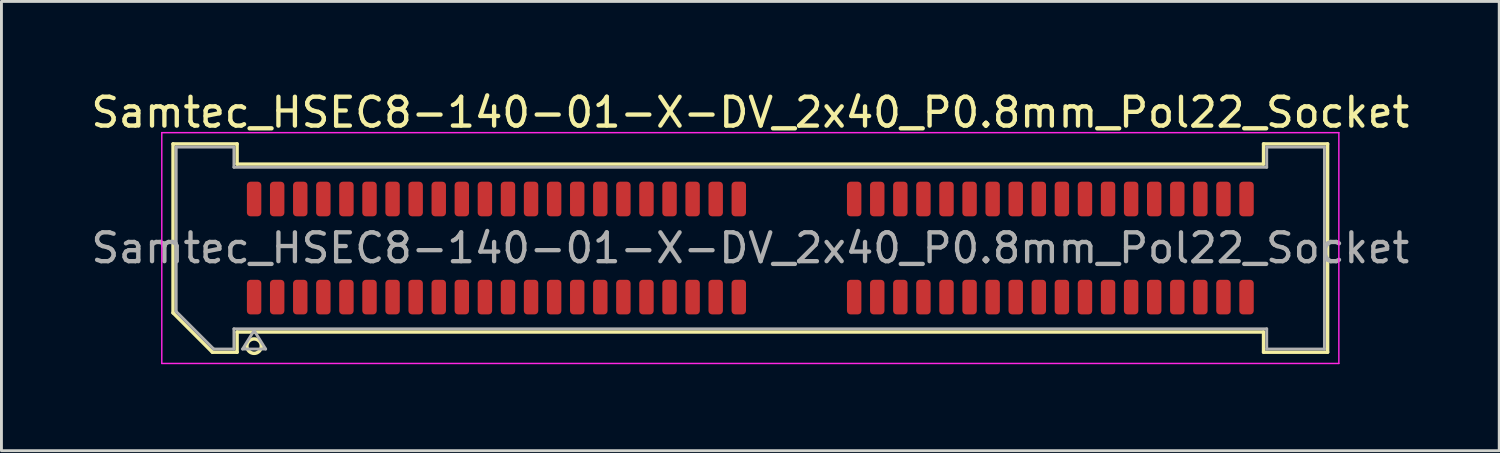
<source format=kicad_pcb>
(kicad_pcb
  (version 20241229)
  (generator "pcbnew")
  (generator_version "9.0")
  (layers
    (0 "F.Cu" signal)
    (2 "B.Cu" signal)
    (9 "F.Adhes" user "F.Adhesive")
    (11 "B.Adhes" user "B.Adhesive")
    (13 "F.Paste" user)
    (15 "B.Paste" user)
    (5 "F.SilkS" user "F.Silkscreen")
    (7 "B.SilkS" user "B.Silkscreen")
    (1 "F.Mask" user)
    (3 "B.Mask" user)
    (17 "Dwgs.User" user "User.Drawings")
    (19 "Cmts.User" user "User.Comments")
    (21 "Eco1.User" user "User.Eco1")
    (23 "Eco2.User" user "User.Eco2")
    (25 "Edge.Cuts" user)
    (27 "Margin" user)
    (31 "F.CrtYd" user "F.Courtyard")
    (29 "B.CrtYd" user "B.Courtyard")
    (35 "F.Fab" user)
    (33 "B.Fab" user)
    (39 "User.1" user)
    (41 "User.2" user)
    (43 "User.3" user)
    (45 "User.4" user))
  (footprint "Samtec_HSEC8-140-01-X-DV_2x40_P0.8mm_Pol22_Socket"
    (layer "F.Cu")
    (at 22.958 5.548)
    (property "Reference" "Samtec_HSEC8-140-01-X-DV_2x40_P0.8mm_Pol22_Socket" (at 0 -4.7 0) (layer "F.SilkS") (effects (font (size 1 1) (thickness 0.15))))
    (attr smd)
    (fp_line (start -20.01 -3.61) (end -17.79 -3.61) (stroke (width 0.12) (type solid)) (layer "F.SilkS"))
    (fp_line (start -20.01 2.246) (end -20.01 -3.61) (stroke (width 0.12) (type solid)) (layer "F.SilkS"))
    (fp_line (start -18.646 3.61) (end -20.01 2.246) (stroke (width 0.12) (type solid)) (layer "F.SilkS"))
    (fp_line (start -17.79 -3.61) (end -17.79 -2.91) (stroke (width 0.12) (type solid)) (layer "F.SilkS"))
    (fp_line (start -17.79 -2.91) (end 17.79 -2.91) (stroke (width 0.12) (type solid)) (layer "F.SilkS"))
    (fp_line (start -17.79 2.91) (end -17.79 3.61) (stroke (width 0.12) (type solid)) (layer "F.SilkS"))
    (fp_line (start -17.79 3.61) (end -18.646 3.61) (stroke (width 0.12) (type solid)) (layer "F.SilkS"))
    (fp_line (start 17.79 -3.61) (end 20.01 -3.61) (stroke (width 0.12) (type solid)) (layer "F.SilkS"))
    (fp_line (start 17.79 -2.91) (end 17.79 -3.61) (stroke (width 0.12) (type solid)) (layer "F.SilkS"))
    (fp_line (start 17.79 2.91) (end -17.79 2.91) (stroke (width 0.12) (type solid)) (layer "F.SilkS"))
    (fp_line (start 17.79 3.61) (end 17.79 2.91) (stroke (width 0.12) (type solid)) (layer "F.SilkS"))
    (fp_line (start 20.01 -3.61) (end 20.01 3.61) (stroke (width 0.12) (type solid)) (layer "F.SilkS"))
    (fp_line (start 20.01 3.61) (end 17.79 3.61) (stroke (width 0.12) (type solid)) (layer "F.SilkS"))
    (fp_arc (start -16.95 3.4) (mid -17.45 3.4) (end -16.95 3.4) (stroke (width 0.12) (type solid)) (layer "F.SilkS"))
    (fp_line (start -20.4 -4) (end -20.4 4) (stroke (width 0.05) (type solid)) (layer "F.CrtYd"))
    (fp_line (start -20.4 4) (end 20.4 4) (stroke (width 0.05) (type solid)) (layer "F.CrtYd"))
    (fp_line (start 20.4 -4) (end -20.4 -4) (stroke (width 0.05) (type solid)) (layer "F.CrtYd"))
    (fp_line (start 20.4 4) (end 20.4 -4) (stroke (width 0.05) (type solid)) (layer "F.CrtYd"))
    (fp_line (start -19.9 -3.5) (end -17.9 -3.5) (stroke (width 0.1) (type solid)) (layer "F.Fab"))
    (fp_line (start -19.9 2.2) (end -19.9 -3.5) (stroke (width 0.1) (type solid)) (layer "F.Fab"))
    (fp_line (start -18.6 3.5) (end -19.9 2.2) (stroke (width 0.1) (type solid)) (layer "F.Fab"))
    (fp_line (start -17.9 -3.5) (end -17.9 -2.8) (stroke (width 0.1) (type solid)) (layer "F.Fab"))
    (fp_line (start -17.9 -2.8) (end 17.9 -2.8) (stroke (width 0.1) (type solid)) (layer "F.Fab"))
    (fp_line (start -17.9 2.8) (end -17.9 3.5) (stroke (width 0.1) (type solid)) (layer "F.Fab"))
    (fp_line (start -17.9 3.5) (end -18.6 3.5) (stroke (width 0.1) (type solid)) (layer "F.Fab"))
    (fp_line (start -17.6 3.5) (end -17.2 2.86) (stroke (width 0.1) (type solid)) (layer "F.Fab"))
    (fp_line (start -17.2 2.86) (end -16.8 3.5) (stroke (width 0.1) (type solid)) (layer "F.Fab"))
    (fp_line (start -16.8 3.5) (end -17.6 3.5) (stroke (width 0.1) (type solid)) (layer "F.Fab"))
    (fp_line (start 17.9 -3.5) (end 19.9 -3.5) (stroke (width 0.1) (type solid)) (layer "F.Fab"))
    (fp_line (start 17.9 -2.8) (end 17.9 -3.5) (stroke (width 0.1) (type solid)) (layer "F.Fab"))
    (fp_line (start 17.9 2.8) (end -17.9 2.8) (stroke (width 0.1) (type solid)) (layer "F.Fab"))
    (fp_line (start 17.9 3.5) (end 17.9 2.8) (stroke (width 0.1) (type solid)) (layer "F.Fab"))
    (fp_line (start 19.9 -3.5) (end 19.9 3.5) (stroke (width 0.1) (type solid)) (layer "F.Fab"))
    (fp_line (start 19.9 3.5) (end 17.9 3.5) (stroke (width 0.1) (type solid)) (layer "F.Fab"))
    (fp_text user "${REFERENCE}" (at 0 0 0) (layer "F.Fab") (effects (font (size 1 1) (thickness 0.15))))
    (pad "1" smd roundrect (at -17.2 1.7) (size 0.5 1.2) (layers "F.Cu" "F.Mask" "F.Paste") (roundrect_rratio 0.25))
    (pad "2" smd roundrect (at -17.2 -1.7) (size 0.5 1.2) (layers "F.Cu" "F.Mask" "F.Paste") (roundrect_rratio 0.25))
    (pad "3" smd roundrect (at -16.4 1.7) (size 0.5 1.2) (layers "F.Cu" "F.Mask" "F.Paste") (roundrect_rratio 0.25))
    (pad "4" smd roundrect (at -16.4 -1.7) (size 0.5 1.2) (layers "F.Cu" "F.Mask" "F.Paste") (roundrect_rratio 0.25))
    (pad "5" smd roundrect (at -15.6 1.7) (size 0.5 1.2) (layers "F.Cu" "F.Mask" "F.Paste") (roundrect_rratio 0.25))
    (pad "6" smd roundrect (at -15.6 -1.7) (size 0.5 1.2) (layers "F.Cu" "F.Mask" "F.Paste") (roundrect_rratio 0.25))
    (pad "7" smd roundrect (at -14.8 1.7) (size 0.5 1.2) (layers "F.Cu" "F.Mask" "F.Paste") (roundrect_rratio 0.25))
    (pad "8" smd roundrect (at -14.8 -1.7) (size 0.5 1.2) (layers "F.Cu" "F.Mask" "F.Paste") (roundrect_rratio 0.25))
    (pad "9" smd roundrect (at -14 1.7) (size 0.5 1.2) (layers "F.Cu" "F.Mask" "F.Paste") (roundrect_rratio 0.25))
    (pad "10" smd roundrect (at -14 -1.7) (size 0.5 1.2) (layers "F.Cu" "F.Mask" "F.Paste") (roundrect_rratio 0.25))
    (pad "11" smd roundrect (at -13.2 1.7) (size 0.5 1.2) (layers "F.Cu" "F.Mask" "F.Paste") (roundrect_rratio 0.25))
    (pad "12" smd roundrect (at -13.2 -1.7) (size 0.5 1.2) (layers "F.Cu" "F.Mask" "F.Paste") (roundrect_rratio 0.25))
    (pad "13" smd roundrect (at -12.4 1.7) (size 0.5 1.2) (layers "F.Cu" "F.Mask" "F.Paste") (roundrect_rratio 0.25))
    (pad "14" smd roundrect (at -12.4 -1.7) (size 0.5 1.2) (layers "F.Cu" "F.Mask" "F.Paste") (roundrect_rratio 0.25))
    (pad "15" smd roundrect (at -11.6 1.7) (size 0.5 1.2) (layers "F.Cu" "F.Mask" "F.Paste") (roundrect_rratio 0.25))
    (pad "16" smd roundrect (at -11.6 -1.7) (size 0.5 1.2) (layers "F.Cu" "F.Mask" "F.Paste") (roundrect_rratio 0.25))
    (pad "17" smd roundrect (at -10.8 1.7) (size 0.5 1.2) (layers "F.Cu" "F.Mask" "F.Paste") (roundrect_rratio 0.25))
    (pad "18" smd roundrect (at -10.8 -1.7) (size 0.5 1.2) (layers "F.Cu" "F.Mask" "F.Paste") (roundrect_rratio 0.25))
    (pad "19" smd roundrect (at -10 1.7) (size 0.5 1.2) (layers "F.Cu" "F.Mask" "F.Paste") (roundrect_rratio 0.25))
    (pad "20" smd roundrect (at -10 -1.7) (size 0.5 1.2) (layers "F.Cu" "F.Mask" "F.Paste") (roundrect_rratio 0.25))
    (pad "21" smd roundrect (at -9.2 1.7) (size 0.5 1.2) (layers "F.Cu" "F.Mask" "F.Paste") (roundrect_rratio 0.25))
    (pad "22" smd roundrect (at -9.2 -1.7) (size 0.5 1.2) (layers "F.Cu" "F.Mask" "F.Paste") (roundrect_rratio 0.25))
    (pad "23" smd roundrect (at -8.4 1.7) (size 0.5 1.2) (layers "F.Cu" "F.Mask" "F.Paste") (roundrect_rratio 0.25))
    (pad "24" smd roundrect (at -8.4 -1.7) (size 0.5 1.2) (layers "F.Cu" "F.Mask" "F.Paste") (roundrect_rratio 0.25))
    (pad "25" smd roundrect (at -7.6 1.7) (size 0.5 1.2) (layers "F.Cu" "F.Mask" "F.Paste") (roundrect_rratio 0.25))
    (pad "26" smd roundrect (at -7.6 -1.7) (size 0.5 1.2) (layers "F.Cu" "F.Mask" "F.Paste") (roundrect_rratio 0.25))
    (pad "27" smd roundrect (at -6.8 1.7) (size 0.5 1.2) (layers "F.Cu" "F.Mask" "F.Paste") (roundrect_rratio 0.25))
    (pad "28" smd roundrect (at -6.8 -1.7) (size 0.5 1.2) (layers "F.Cu" "F.Mask" "F.Paste") (roundrect_rratio 0.25))
    (pad "29" smd roundrect (at -6 1.7) (size 0.5 1.2) (layers "F.Cu" "F.Mask" "F.Paste") (roundrect_rratio 0.25))
    (pad "30" smd roundrect (at -6 -1.7) (size 0.5 1.2) (layers "F.Cu" "F.Mask" "F.Paste") (roundrect_rratio 0.25))
    (pad "31" smd roundrect (at -5.2 1.7) (size 0.5 1.2) (layers "F.Cu" "F.Mask" "F.Paste") (roundrect_rratio 0.25))
    (pad "32" smd roundrect (at -5.2 -1.7) (size 0.5 1.2) (layers "F.Cu" "F.Mask" "F.Paste") (roundrect_rratio 0.25))
    (pad "33" smd roundrect (at -4.4 1.7) (size 0.5 1.2) (layers "F.Cu" "F.Mask" "F.Paste") (roundrect_rratio 0.25))
    (pad "34" smd roundrect (at -4.4 -1.7) (size 0.5 1.2) (layers "F.Cu" "F.Mask" "F.Paste") (roundrect_rratio 0.25))
    (pad "35" smd roundrect (at -3.6 1.7) (size 0.5 1.2) (layers "F.Cu" "F.Mask" "F.Paste") (roundrect_rratio 0.25))
    (pad "36" smd roundrect (at -3.6 -1.7) (size 0.5 1.2) (layers "F.Cu" "F.Mask" "F.Paste") (roundrect_rratio 0.25))
    (pad "37" smd roundrect (at -2.8 1.7) (size 0.5 1.2) (layers "F.Cu" "F.Mask" "F.Paste") (roundrect_rratio 0.25))
    (pad "38" smd roundrect (at -2.8 -1.7) (size 0.5 1.2) (layers "F.Cu" "F.Mask" "F.Paste") (roundrect_rratio 0.25))
    (pad "39" smd roundrect (at -2 1.7) (size 0.5 1.2) (layers "F.Cu" "F.Mask" "F.Paste") (roundrect_rratio 0.25))
    (pad "40" smd roundrect (at -2 -1.7) (size 0.5 1.2) (layers "F.Cu" "F.Mask" "F.Paste") (roundrect_rratio 0.25))
    (pad "41" smd roundrect (at -1.2 1.7) (size 0.5 1.2) (layers "F.Cu" "F.Mask" "F.Paste") (roundrect_rratio 0.25))
    (pad "42" smd roundrect (at -1.2 -1.7) (size 0.5 1.2) (layers "F.Cu" "F.Mask" "F.Paste") (roundrect_rratio 0.25))
    (pad "43" smd roundrect (at -0.4 1.7) (size 0.5 1.2) (layers "F.Cu" "F.Mask" "F.Paste") (roundrect_rratio 0.25))
    (pad "44" smd roundrect (at -0.4 -1.7) (size 0.5 1.2) (layers "F.Cu" "F.Mask" "F.Paste") (roundrect_rratio 0.25))
    (pad "45" smd roundrect (at 3.6 1.7) (size 0.5 1.2) (layers "F.Cu" "F.Mask" "F.Paste") (roundrect_rratio 0.25))
    (pad "46" smd roundrect (at 3.6 -1.7) (size 0.5 1.2) (layers "F.Cu" "F.Mask" "F.Paste") (roundrect_rratio 0.25))
    (pad "47" smd roundrect (at 4.4 1.7) (size 0.5 1.2) (layers "F.Cu" "F.Mask" "F.Paste") (roundrect_rratio 0.25))
    (pad "48" smd roundrect (at 4.4 -1.7) (size 0.5 1.2) (layers "F.Cu" "F.Mask" "F.Paste") (roundrect_rratio 0.25))
    (pad "49" smd roundrect (at 5.2 1.7) (size 0.5 1.2) (layers "F.Cu" "F.Mask" "F.Paste") (roundrect_rratio 0.25))
    (pad "50" smd roundrect (at 5.2 -1.7) (size 0.5 1.2) (layers "F.Cu" "F.Mask" "F.Paste") (roundrect_rratio 0.25))
    (pad "51" smd roundrect (at 6 1.7) (size 0.5 1.2) (layers "F.Cu" "F.Mask" "F.Paste") (roundrect_rratio 0.25))
    (pad "52" smd roundrect (at 6 -1.7) (size 0.5 1.2) (layers "F.Cu" "F.Mask" "F.Paste") (roundrect_rratio 0.25))
    (pad "53" smd roundrect (at 6.8 1.7) (size 0.5 1.2) (layers "F.Cu" "F.Mask" "F.Paste") (roundrect_rratio 0.25))
    (pad "54" smd roundrect (at 6.8 -1.7) (size 0.5 1.2) (layers "F.Cu" "F.Mask" "F.Paste") (roundrect_rratio 0.25))
    (pad "55" smd roundrect (at 7.6 1.7) (size 0.5 1.2) (layers "F.Cu" "F.Mask" "F.Paste") (roundrect_rratio 0.25))
    (pad "56" smd roundrect (at 7.6 -1.7) (size 0.5 1.2) (layers "F.Cu" "F.Mask" "F.Paste") (roundrect_rratio 0.25))
    (pad "57" smd roundrect (at 8.4 1.7) (size 0.5 1.2) (layers "F.Cu" "F.Mask" "F.Paste") (roundrect_rratio 0.25))
    (pad "58" smd roundrect (at 8.4 -1.7) (size 0.5 1.2) (layers "F.Cu" "F.Mask" "F.Paste") (roundrect_rratio 0.25))
    (pad "59" smd roundrect (at 9.2 1.7) (size 0.5 1.2) (layers "F.Cu" "F.Mask" "F.Paste") (roundrect_rratio 0.25))
    (pad "60" smd roundrect (at 9.2 -1.7) (size 0.5 1.2) (layers "F.Cu" "F.Mask" "F.Paste") (roundrect_rratio 0.25))
    (pad "61" smd roundrect (at 10 1.7) (size 0.5 1.2) (layers "F.Cu" "F.Mask" "F.Paste") (roundrect_rratio 0.25))
    (pad "62" smd roundrect (at 10 -1.7) (size 0.5 1.2) (layers "F.Cu" "F.Mask" "F.Paste") (roundrect_rratio 0.25))
    (pad "63" smd roundrect (at 10.8 1.7) (size 0.5 1.2) (layers "F.Cu" "F.Mask" "F.Paste") (roundrect_rratio 0.25))
    (pad "64" smd roundrect (at 10.8 -1.7) (size 0.5 1.2) (layers "F.Cu" "F.Mask" "F.Paste") (roundrect_rratio 0.25))
    (pad "65" smd roundrect (at 11.6 1.7) (size 0.5 1.2) (layers "F.Cu" "F.Mask" "F.Paste") (roundrect_rratio 0.25))
    (pad "66" smd roundrect (at 11.6 -1.7) (size 0.5 1.2) (layers "F.Cu" "F.Mask" "F.Paste") (roundrect_rratio 0.25))
    (pad "67" smd roundrect (at 12.4 1.7) (size 0.5 1.2) (layers "F.Cu" "F.Mask" "F.Paste") (roundrect_rratio 0.25))
    (pad "68" smd roundrect (at 12.4 -1.7) (size 0.5 1.2) (layers "F.Cu" "F.Mask" "F.Paste") (roundrect_rratio 0.25))
    (pad "69" smd roundrect (at 13.2 1.7) (size 0.5 1.2) (layers "F.Cu" "F.Mask" "F.Paste") (roundrect_rratio 0.25))
    (pad "70" smd roundrect (at 13.2 -1.7) (size 0.5 1.2) (layers "F.Cu" "F.Mask" "F.Paste") (roundrect_rratio 0.25))
    (pad "71" smd roundrect (at 14 1.7) (size 0.5 1.2) (layers "F.Cu" "F.Mask" "F.Paste") (roundrect_rratio 0.25))
    (pad "72" smd roundrect (at 14 -1.7) (size 0.5 1.2) (layers "F.Cu" "F.Mask" "F.Paste") (roundrect_rratio 0.25))
    (pad "73" smd roundrect (at 14.8 1.7) (size 0.5 1.2) (layers "F.Cu" "F.Mask" "F.Paste") (roundrect_rratio 0.25))
    (pad "74" smd roundrect (at 14.8 -1.7) (size 0.5 1.2) (layers "F.Cu" "F.Mask" "F.Paste") (roundrect_rratio 0.25))
    (pad "75" smd roundrect (at 15.6 1.7) (size 0.5 1.2) (layers "F.Cu" "F.Mask" "F.Paste") (roundrect_rratio 0.25))
    (pad "76" smd roundrect (at 15.6 -1.7) (size 0.5 1.2) (layers "F.Cu" "F.Mask" "F.Paste") (roundrect_rratio 0.25))
    (pad "77" smd roundrect (at 16.4 1.7) (size 0.5 1.2) (layers "F.Cu" "F.Mask" "F.Paste") (roundrect_rratio 0.25))
    (pad "78" smd roundrect (at 16.4 -1.7) (size 0.5 1.2) (layers "F.Cu" "F.Mask" "F.Paste") (roundrect_rratio 0.25))
    (pad "79" smd roundrect (at 17.2 1.7) (size 0.5 1.2) (layers "F.Cu" "F.Mask" "F.Paste") (roundrect_rratio 0.25))
    (pad "80" smd roundrect (at 17.2 -1.7) (size 0.5 1.2) (layers "F.Cu" "F.Mask" "F.Paste") (roundrect_rratio 0.25)))
  (gr_rect
    (start -3 -3)
    (end 48.917 12.573)
    (stroke (width 0.1) (type default))
    (fill no)
    (layer "Edge.Cuts")))
</source>
